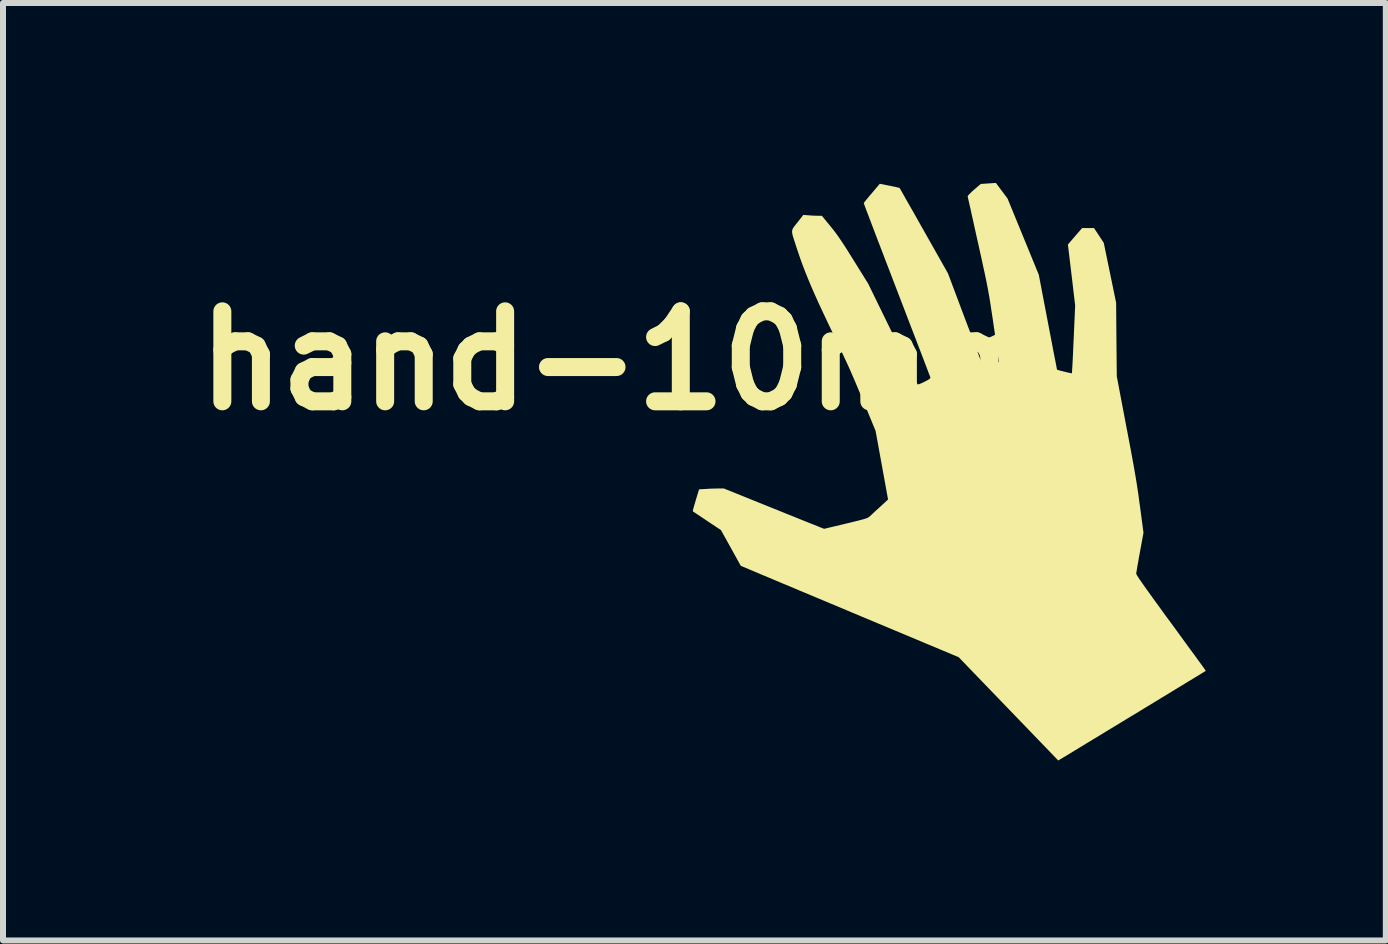
<source format=kicad_pcb>
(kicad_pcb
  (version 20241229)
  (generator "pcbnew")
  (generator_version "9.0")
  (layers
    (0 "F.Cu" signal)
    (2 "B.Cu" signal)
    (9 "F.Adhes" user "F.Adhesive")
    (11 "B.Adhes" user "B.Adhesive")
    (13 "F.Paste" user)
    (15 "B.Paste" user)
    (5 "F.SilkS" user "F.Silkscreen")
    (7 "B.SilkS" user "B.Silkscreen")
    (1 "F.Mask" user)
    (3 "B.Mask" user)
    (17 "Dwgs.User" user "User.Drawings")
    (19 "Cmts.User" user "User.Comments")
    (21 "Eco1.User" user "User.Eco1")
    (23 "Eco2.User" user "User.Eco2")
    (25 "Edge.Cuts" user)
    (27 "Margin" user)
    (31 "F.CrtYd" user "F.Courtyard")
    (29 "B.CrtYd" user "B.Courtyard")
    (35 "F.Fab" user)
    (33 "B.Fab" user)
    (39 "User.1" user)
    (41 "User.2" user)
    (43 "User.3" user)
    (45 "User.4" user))
  (footprint "hand-10mm"
    (layer "F.Cu")
    (at 12.441 4.582)
    (property "Reference" "hand-10mm" (at -5.07 -1.62 0) (layer "F.SilkS") (effects (font (size 1.5 1.5) (thickness 0.3))))
    (attr board_only exclude_from_pos_files exclude_from_bom)
    (fp_poly (pts (xy 1.208 -4.453) (xy 1.305 -4.324) (xy 1.566 -3.688) (xy 1.827 -3.051) (xy 1.978 -2.262) (xy 2.003 -2.131) (xy 2.027 -2.007) (xy 2.049 -1.891) (xy 2.069 -1.786) (xy 2.087 -1.693) (xy 2.103 -1.614) (xy 2.115 -1.55) (xy 2.124 -1.504) (xy 2.129 -1.476) (xy 2.131 -1.47) (xy 2.142 -1.465) (xy 2.17 -1.457) (xy 2.208 -1.447) (xy 2.253 -1.436) (xy 2.298 -1.425) (xy 2.337 -1.416) (xy 2.366 -1.41) (xy 2.378 -1.409) (xy 2.379 -1.409) (xy 2.38 -1.421) (xy 2.382 -1.454) (xy 2.385 -1.505) (xy 2.389 -1.572) (xy 2.393 -1.653) (xy 2.398 -1.746) (xy 2.402 -1.848) (xy 2.407 -1.958) (xy 2.408 -1.977) (xy 2.433 -2.54) (xy 2.373 -3.048) (xy 2.312 -3.555) (xy 2.43 -3.693) (xy 2.549 -3.83) (xy 2.648 -3.83) (xy 2.747 -3.83) (xy 2.829 -3.707) (xy 2.91 -3.583) (xy 3.013 -3.084) (xy 3.116 -2.585) (xy 3.121 -1.972) (xy 3.127 -1.358) (xy 3.29 -0.5) (xy 3.324 -0.323) (xy 3.354 -0.165) (xy 3.38 -0.024) (xy 3.403 0.101) (xy 3.423 0.215) (xy 3.441 0.319) (xy 3.457 0.416) (xy 3.471 0.509) (xy 3.485 0.599) (xy 3.497 0.691) (xy 3.51 0.785) (xy 3.513 0.804) (xy 3.572 1.249) (xy 3.512 1.577) (xy 3.496 1.661) (xy 3.483 1.74) (xy 3.47 1.809) (xy 3.461 1.866) (xy 3.454 1.907) (xy 3.451 1.93) (xy 3.451 1.932) (xy 3.455 1.943) (xy 3.468 1.966) (xy 3.49 2.001) (xy 3.522 2.048) (xy 3.565 2.11) (xy 3.618 2.185) (xy 3.683 2.275) (xy 3.759 2.381) (xy 3.848 2.503) (xy 3.949 2.643) (xy 4.032 2.755) (xy 4.119 2.874) (xy 4.202 2.988) (xy 4.28 3.095) (xy 4.352 3.194) (xy 4.418 3.283) (xy 4.475 3.362) (xy 4.524 3.429) (xy 4.563 3.483) (xy 4.591 3.522) (xy 4.607 3.546) (xy 4.611 3.552) (xy 4.601 3.558) (xy 4.573 3.575) (xy 4.529 3.602) (xy 4.469 3.639) (xy 4.396 3.683) (xy 4.31 3.735) (xy 4.214 3.794) (xy 4.108 3.858) (xy 3.994 3.928) (xy 3.873 4.001) (xy 3.747 4.078) (xy 3.618 4.156) (xy 3.486 4.237) (xy 3.353 4.317) (xy 3.22 4.398) (xy 3.09 4.477) (xy 2.962 4.554) (xy 2.84 4.629) (xy 2.724 4.699) (xy 2.615 4.765) (xy 2.515 4.826) (xy 2.426 4.88) (xy 2.349 4.927) (xy 2.285 4.966) (xy 2.235 4.996) (xy 2.202 5.016) (xy 2.187 5.025) (xy 2.186 5.025) (xy 2.151 5.046) (xy 1.321 4.185) (xy 0.491 3.324) (xy -1.109 2.654) (xy -1.295 2.576) (xy -1.477 2.499) (xy -1.655 2.425) (xy -1.827 2.353) (xy -1.991 2.284) (xy -2.147 2.219) (xy -2.293 2.157) (xy -2.428 2.101) (xy -2.55 2.05) (xy -2.658 2.004) (xy -2.75 1.966) (xy -2.826 1.934) (xy -2.884 1.909) (xy -2.922 1.893) (xy -2.926 1.892) (xy -3.142 1.8) (xy -3.307 1.502) (xy -3.472 1.205) (xy -3.705 1.05) (xy -3.769 1.007) (xy -3.827 0.968) (xy -3.876 0.936) (xy -3.913 0.911) (xy -3.936 0.895) (xy -3.942 0.891) (xy -3.94 0.88) (xy -3.933 0.85) (xy -3.921 0.806) (xy -3.905 0.752) (xy -3.892 0.707) (xy -3.837 0.526) (xy -3.718 0.519) (xy -3.656 0.515) (xy -3.591 0.513) (xy -3.533 0.512) (xy -3.512 0.511) (xy -3.425 0.511) (xy -2.647 0.825) (xy -2.519 0.876) (xy -2.397 0.926) (xy -2.281 0.972) (xy -2.173 1.016) (xy -2.076 1.055) (xy -1.991 1.089) (xy -1.92 1.117) (xy -1.865 1.139) (xy -1.828 1.154) (xy -1.811 1.161) (xy -1.752 1.184) (xy -1.391 1.098) (xy -1.291 1.074) (xy -1.211 1.054) (xy -1.148 1.038) (xy -1.1 1.025) (xy -1.064 1.014) (xy -1.038 1.005) (xy -1.018 0.996) (xy -1.004 0.986) (xy -0.991 0.976) (xy -0.989 0.974) (xy -0.966 0.953) (xy -0.931 0.92) (xy -0.888 0.88) (xy -0.839 0.836) (xy -0.817 0.816) (xy -0.686 0.695) (xy -0.79 0.123) (xy -0.894 -0.449) (xy -1.094 -0.933) (xy -1.148 -1.062) (xy -1.196 -1.176) (xy -1.239 -1.279) (xy -1.28 -1.373) (xy -1.319 -1.463) (xy -1.359 -1.552) (xy -1.402 -1.644) (xy -1.448 -1.743) (xy -1.499 -1.852) (xy -1.558 -1.976) (xy -1.608 -2.08) (xy -1.698 -2.268) (xy -1.778 -2.438) (xy -1.85 -2.593) (xy -1.914 -2.735) (xy -1.971 -2.866) (xy -2.022 -2.988) (xy -2.069 -3.105) (xy -2.112 -3.217) (xy -2.152 -3.328) (xy -2.19 -3.44) (xy -2.214 -3.512) (xy -2.241 -3.595) (xy -2.262 -3.66) (xy -2.277 -3.71) (xy -2.285 -3.748) (xy -2.286 -3.779) (xy -2.281 -3.805) (xy -2.269 -3.83) (xy -2.25 -3.857) (xy -2.224 -3.89) (xy -2.198 -3.922) (xy -2.099 -4.049) (xy -2.007 -4.042) (xy -1.953 -4.038) (xy -1.898 -4.036) (xy -1.854 -4.035) (xy -1.852 -4.035) (xy -1.789 -4.034) (xy -1.647 -3.861) (xy -1.605 -3.809) (xy -1.565 -3.757) (xy -1.525 -3.702) (xy -1.483 -3.641) (xy -1.436 -3.571) (xy -1.384 -3.491) (xy -1.324 -3.395) (xy -1.262 -3.296) (xy -1.018 -2.904) (xy -0.61 -2.068) (xy -0.547 -1.939) (xy -0.487 -1.816) (xy -0.43 -1.701) (xy -0.378 -1.594) (xy -0.33 -1.498) (xy -0.289 -1.413) (xy -0.254 -1.343) (xy -0.226 -1.287) (xy -0.206 -1.248) (xy -0.195 -1.227) (xy -0.194 -1.224) (xy -0.18 -1.225) (xy -0.152 -1.234) (xy -0.112 -1.251) (xy -0.08 -1.267) (xy -0.03 -1.293) (xy 0.001 -1.312) (xy 0.017 -1.327) (xy 0.02 -1.338) (xy 0.02 -1.339) (xy 0.015 -1.352) (xy 0.002 -1.385) (xy -0.017 -1.436) (xy -0.043 -1.504) (xy -0.075 -1.588) (xy -0.112 -1.685) (xy -0.154 -1.795) (xy -0.201 -1.917) (xy -0.251 -2.048) (xy -0.305 -2.187) (xy -0.361 -2.333) (xy -0.403 -2.443) (xy -0.498 -2.69) (xy -0.585 -2.917) (xy -0.664 -3.123) (xy -0.736 -3.31) (xy -0.8 -3.478) (xy -0.858 -3.628) (xy -0.908 -3.76) (xy -0.952 -3.875) (xy -0.989 -3.973) (xy -1.02 -4.055) (xy -1.046 -4.122) (xy -1.065 -4.173) (xy -1.079 -4.211) (xy -1.087 -4.235) (xy -1.091 -4.246) (xy -1.091 -4.246) (xy -1.084 -4.257) (xy -1.065 -4.282) (xy -1.036 -4.317) (xy -1 -4.361) (xy -0.98 -4.384) (xy -0.939 -4.432) (xy -0.902 -4.476) (xy -0.872 -4.512) (xy -0.851 -4.536) (xy -0.847 -4.541) (xy -0.824 -4.568) (xy -0.662 -4.536) (xy -0.604 -4.524) (xy -0.555 -4.514) (xy -0.518 -4.505) (xy -0.497 -4.5) (xy -0.494 -4.498) (xy -0.488 -4.488) (xy -0.471 -4.459) (xy -0.445 -4.414) (xy -0.411 -4.353) (xy -0.369 -4.279) (xy -0.32 -4.193) (xy -0.265 -4.097) (xy -0.206 -3.992) (xy -0.143 -3.88) (xy -0.088 -3.783) (xy 0.313 -3.074) (xy 0.601 -2.307) (xy 0.649 -2.181) (xy 0.694 -2.062) (xy 0.736 -1.95) (xy 0.774 -1.849) (xy 0.808 -1.758) (xy 0.837 -1.681) (xy 0.861 -1.619) (xy 0.878 -1.573) (xy 0.889 -1.545) (xy 0.892 -1.537) (xy 0.904 -1.537) (xy 0.932 -1.543) (xy 0.972 -1.551) (xy 1.018 -1.561) (xy 1.064 -1.572) (xy 1.106 -1.582) (xy 1.139 -1.591) (xy 1.156 -1.596) (xy 1.158 -1.597) (xy 1.157 -1.609) (xy 1.154 -1.642) (xy 1.147 -1.692) (xy 1.138 -1.759) (xy 1.127 -1.84) (xy 1.114 -1.933) (xy 1.099 -2.037) (xy 1.083 -2.147) (xy 1.075 -2.202) (xy 1.058 -2.32) (xy 1.042 -2.424) (xy 1.028 -2.517) (xy 1.015 -2.601) (xy 1.002 -2.679) (xy 0.989 -2.754) (xy 0.975 -2.829) (xy 0.96 -2.907) (xy 0.943 -2.99) (xy 0.924 -3.082) (xy 0.901 -3.185) (xy 0.876 -3.303) (xy 0.846 -3.437) (xy 0.817 -3.569) (xy 0.788 -3.697) (xy 0.761 -3.82) (xy 0.736 -3.934) (xy 0.712 -4.039) (xy 0.692 -4.132) (xy 0.674 -4.211) (xy 0.66 -4.274) (xy 0.649 -4.321) (xy 0.643 -4.348) (xy 0.641 -4.354) (xy 0.646 -4.369) (xy 0.668 -4.395) (xy 0.706 -4.432) (xy 0.747 -4.469) (xy 0.859 -4.565) (xy 0.985 -4.574) (xy 1.112 -4.582)) (stroke (width 0) (type solid)) (fill yes) (layer "F.SilkS")))
  (gr_rect
    (start -3 -3)
    (end 20.053 12.628)
    (stroke (width 0.1) (type default))
    (fill no)
    (layer "Edge.Cuts")))
</source>
